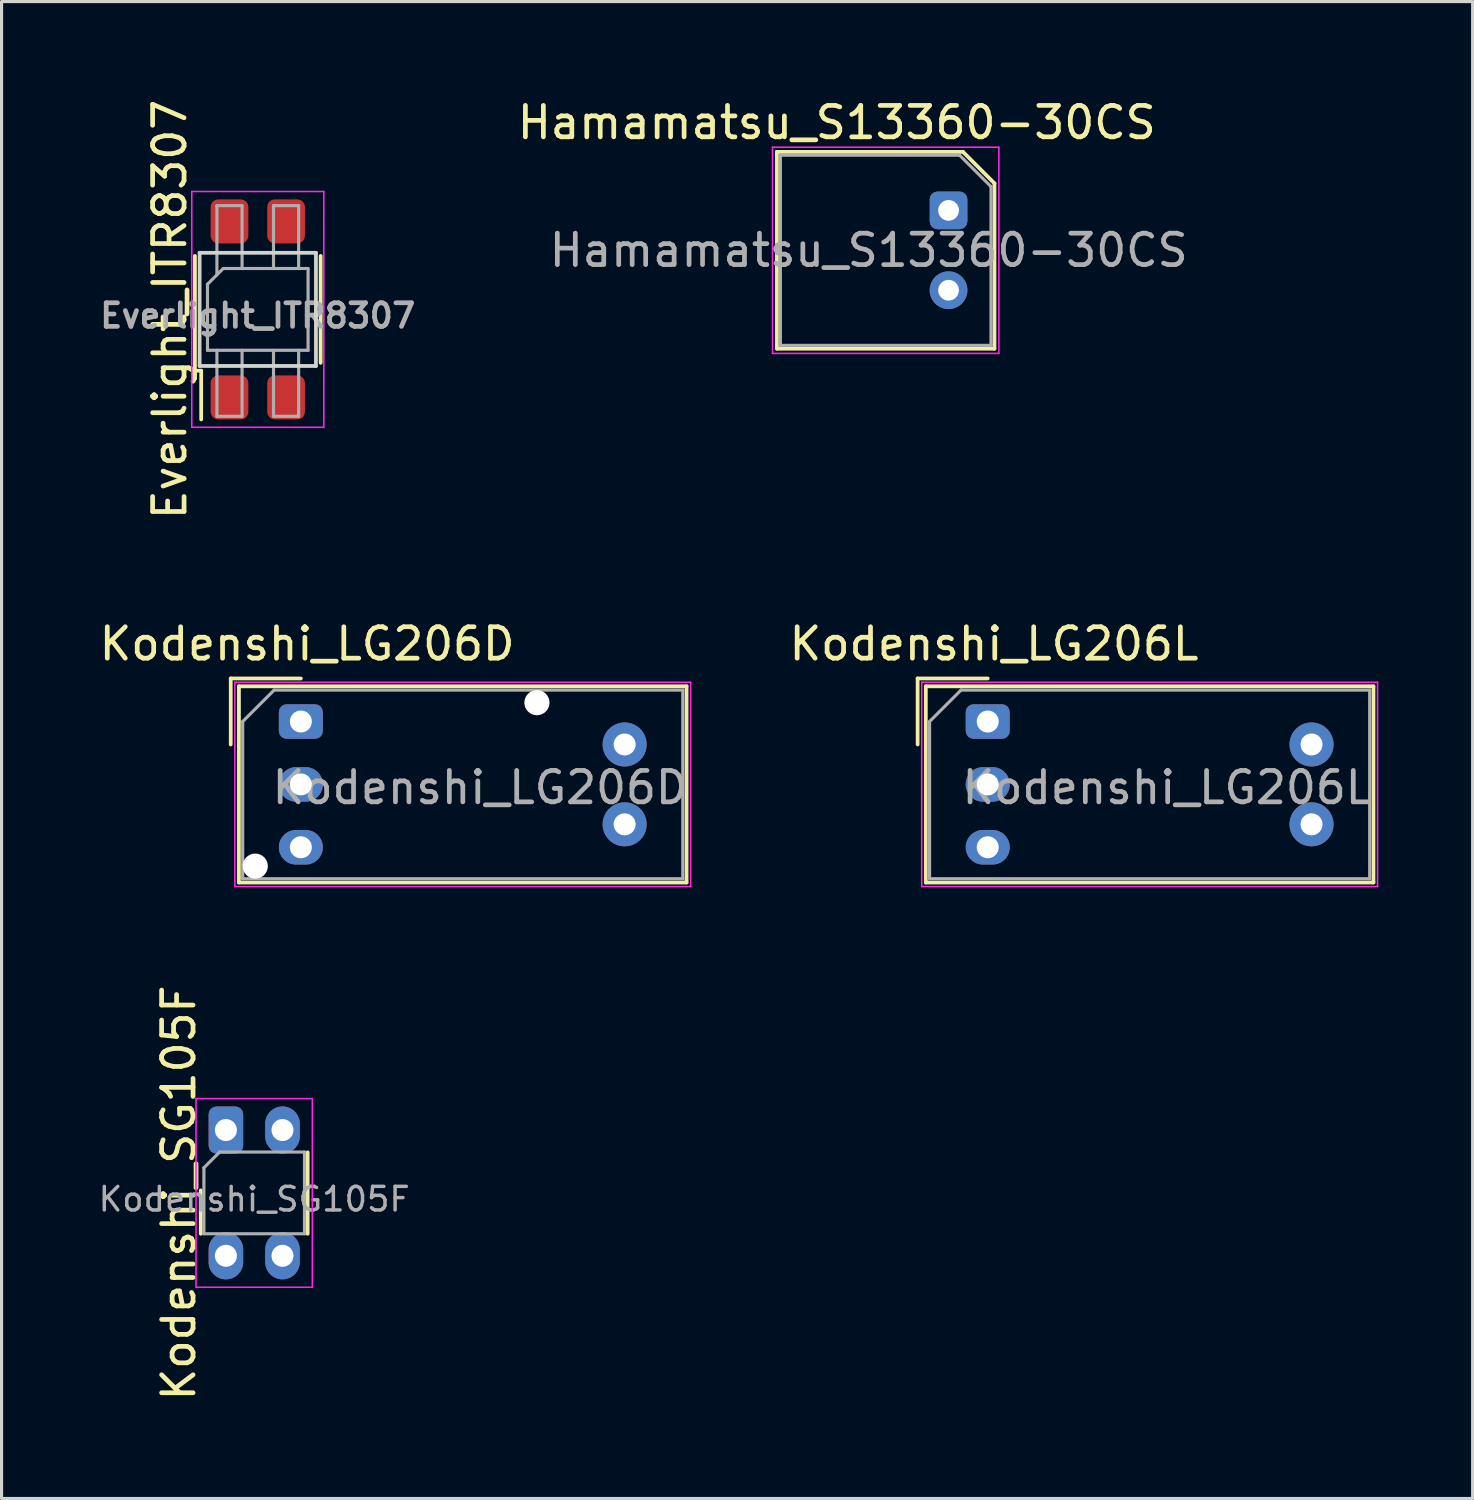
<source format=kicad_pcb>
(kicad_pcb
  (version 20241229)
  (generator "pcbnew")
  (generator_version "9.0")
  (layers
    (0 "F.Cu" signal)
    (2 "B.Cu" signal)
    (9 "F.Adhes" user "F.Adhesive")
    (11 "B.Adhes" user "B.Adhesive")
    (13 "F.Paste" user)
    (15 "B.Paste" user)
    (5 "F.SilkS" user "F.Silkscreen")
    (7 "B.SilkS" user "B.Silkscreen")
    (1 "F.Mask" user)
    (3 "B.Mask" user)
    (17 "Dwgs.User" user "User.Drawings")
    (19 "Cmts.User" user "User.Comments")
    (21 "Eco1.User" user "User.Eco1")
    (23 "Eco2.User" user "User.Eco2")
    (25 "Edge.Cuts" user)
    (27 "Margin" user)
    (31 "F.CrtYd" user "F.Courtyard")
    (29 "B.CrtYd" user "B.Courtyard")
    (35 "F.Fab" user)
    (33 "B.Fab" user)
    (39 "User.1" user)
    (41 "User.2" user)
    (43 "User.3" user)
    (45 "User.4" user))
  (footprint "Hamamatsu_S13360-30CS"
    (layer "F.Cu")
    (at 27.124 3.642)
    (property "Reference" "Hamamatsu_S13360-30CS" (at -3.556 -2.794 0) (layer "F.SilkS") (effects (font (size 1 1) (thickness 0.15))))
    (attr through_hole)
    (fp_line (start -5.46 -1.86) (end 0.46 -1.86) (stroke (width 0.12) (type solid)) (layer "F.SilkS"))
    (fp_line (start -5.46 4.4) (end -5.46 -1.86) (stroke (width 0.12) (type solid)) (layer "F.SilkS"))
    (fp_line (start 0.46 -1.86) (end 1.46 -0.86) (stroke (width 0.12) (type solid)) (layer "F.SilkS"))
    (fp_line (start 1.46 -0.86) (end 1.46 4.4) (stroke (width 0.12) (type solid)) (layer "F.SilkS"))
    (fp_line (start 1.46 4.4) (end -5.46 4.4) (stroke (width 0.12) (type solid)) (layer "F.SilkS"))
    (fp_line (start -5.6 -2.01) (end -5.6 4.55) (stroke (width 0.05) (type solid)) (layer "F.CrtYd"))
    (fp_line (start -5.6 -2.01) (end 1.6 -2.01) (stroke (width 0.05) (type solid)) (layer "F.CrtYd"))
    (fp_line (start 1.6 4.55) (end -5.6 4.55) (stroke (width 0.05) (type solid)) (layer "F.CrtYd"))
    (fp_line (start 1.6 4.55) (end 1.6 -2.01) (stroke (width 0.05) (type solid)) (layer "F.CrtYd"))
    (fp_line (start -5.35 -1.755) (end 0.35 -1.755) (stroke (width 0.1) (type solid)) (layer "F.Fab"))
    (fp_line (start -5.35 4.295) (end -5.35 -1.755) (stroke (width 0.1) (type solid)) (layer "F.Fab"))
    (fp_line (start 0.35 -1.755) (end 1.35 -0.755) (stroke (width 0.1) (type solid)) (layer "F.Fab"))
    (fp_line (start 1.35 -0.755) (end 1.35 4.295) (stroke (width 0.1) (type solid)) (layer "F.Fab"))
    (fp_line (start 1.35 4.295) (end -5.35 4.295) (stroke (width 0.1) (type solid)) (layer "F.Fab"))
    (fp_text user "${REFERENCE}" (at -2.54 1.27 0) (layer "F.Fab") (effects (font (size 1 1) (thickness 0.15))))
    (pad "1" thru_hole roundrect (at 0 0) (size 1.2 1.2) (drill 0.66) (layers "*.Cu" "*.Mask") (roundrect_rratio 0.208))
    (pad "2" thru_hole circle (at 0 2.54) (size 1.2 1.2) (drill 0.66) (layers "*.Cu" "*.Mask")))
  (footprint "Kodenshi_LG206D"
    (layer "F.Cu")
    (at 6.52 19.902)
    (property "Reference" "Kodenshi_LG206D" (at 0.2 -2.47 0) (layer "F.SilkS") (effects (font (size 1 1) (thickness 0.15))))
    (attr through_hole)
    (fp_line (start -2.23 -1.37) (end 0 -1.37) (stroke (width 0.12) (type solid)) (layer "F.SilkS"))
    (fp_line (start -2.23 0.73) (end -2.23 -1.37) (stroke (width 0.12) (type solid)) (layer "F.SilkS"))
    (fp_line (start -1.97 -1.12) (end 12.27 -1.12) (stroke (width 0.12) (type solid)) (layer "F.SilkS"))
    (fp_line (start -1.97 5.12) (end -1.97 -1.12) (stroke (width 0.12) (type solid)) (layer "F.SilkS"))
    (fp_line (start 12.27 -1.12) (end 12.27 5.12) (stroke (width 0.12) (type solid)) (layer "F.SilkS"))
    (fp_line (start 12.27 5.12) (end -1.97 5.12) (stroke (width 0.12) (type solid)) (layer "F.SilkS"))
    (fp_line (start -2.1 -1.25) (end 12.4 -1.25) (stroke (width 0.05) (type solid)) (layer "F.CrtYd"))
    (fp_line (start -2.1 5.25) (end -2.1 -1.25) (stroke (width 0.05) (type solid)) (layer "F.CrtYd"))
    (fp_line (start 12.4 -1.25) (end 12.4 5.25) (stroke (width 0.05) (type solid)) (layer "F.CrtYd"))
    (fp_line (start 12.4 5.25) (end -2.1 5.25) (stroke (width 0.05) (type solid)) (layer "F.CrtYd"))
    (fp_line (start -1.85 0) (end -0.85 -1) (stroke (width 0.1) (type solid)) (layer "F.Fab"))
    (fp_line (start -1.85 5) (end -1.85 0) (stroke (width 0.1) (type solid)) (layer "F.Fab"))
    (fp_line (start -1.85 5) (end 12.15 5) (stroke (width 0.1) (type solid)) (layer "F.Fab"))
    (fp_line (start -0.85 -1) (end 12.15 -1) (stroke (width 0.1) (type solid)) (layer "F.Fab"))
    (fp_line (start 12.15 -1) (end 12.15 5) (stroke (width 0.1) (type solid)) (layer "F.Fab"))
    (fp_text user "${REFERENCE}" (at 5.7 2.1 0) (layer "F.Fab") (effects (font (size 1 1) (thickness 0.15))))
    (pad "" np_thru_hole circle (at -1.45 4.6) (size 0.8 0.8) (drill 0.8) (layers "*.Cu" "*.Mask"))
    (pad "" np_thru_hole circle (at 7.51 -0.6) (size 0.8 0.8) (drill 0.8) (layers "*.Cu" "*.Mask"))
    (pad "1" thru_hole roundrect (at 0 0) (size 1.4 1.1) (drill 0.7) (layers "*.Cu" "*.Mask") (roundrect_rratio 0.227))
    (pad "2" thru_hole oval (at 0 2) (size 1.4 1.1) (drill 0.7) (layers "*.Cu" "*.Mask"))
    (pad "3" thru_hole oval (at 0 4) (size 1.4 1.1) (drill 0.7) (layers "*.Cu" "*.Mask"))
    (pad "4" thru_hole circle (at 10.3 3.27) (size 1.4 1.4) (drill 0.7) (layers "*.Cu" "*.Mask"))
    (pad "5" thru_hole circle (at 10.3 0.73) (size 1.4 1.4) (drill 0.7) (layers "*.Cu" "*.Mask")))
  (footprint "Kodenshi_SG105F"
    (layer "F.Cu")
    (at 4.136 32.897)
    (property "Reference" "Kodenshi_SG105F" (at -1.5 2 90) (layer "F.SilkS") (effects (font (size 1 1) (thickness 0.15))))
    (attr through_hole)
    (fp_line (start -0.8 1.92) (end -0.8 3.3) (stroke (width 0.12) (type solid)) (layer "F.SilkS"))
    (fp_line (start 2.6 3.3) (end 2.6 0.71) (stroke (width 0.12) (type solid)) (layer "F.SilkS"))
    (fp_line (start -0.95 -1) (end -0.95 5) (stroke (width 0.05) (type solid)) (layer "F.CrtYd"))
    (fp_line (start -0.95 -1) (end 2.75 -1) (stroke (width 0.05) (type solid)) (layer "F.CrtYd"))
    (fp_line (start 2.75 5) (end -0.95 5) (stroke (width 0.05) (type solid)) (layer "F.CrtYd"))
    (fp_line (start 2.75 5) (end 2.75 -1) (stroke (width 0.05) (type solid)) (layer "F.CrtYd"))
    (fp_line (start -0.7 1.2) (end -0.2 0.7) (stroke (width 0.1) (type solid)) (layer "F.Fab"))
    (fp_line (start -0.7 3.3) (end -0.7 1.2) (stroke (width 0.1) (type solid)) (layer "F.Fab"))
    (fp_line (start -0.2 0.7) (end 2.5 0.7) (stroke (width 0.1) (type solid)) (layer "F.Fab"))
    (fp_line (start 2.5 0.7) (end 2.5 3.3) (stroke (width 0.1) (type solid)) (layer "F.Fab"))
    (fp_line (start 2.5 3.3) (end -0.7 3.3) (stroke (width 0.1) (type solid)) (layer "F.Fab"))
    (fp_text user "${REFERENCE}" (at 0.9 2.2 0) (layer "F.Fab") (effects (font (size 0.75 0.75) (thickness 0.11))))
    (pad "1" thru_hole roundrect (at 0 0) (size 1.1 1.5) (drill 0.7) (layers "*.Cu" "*.Mask") (roundrect_rratio 0.227))
    (pad "2" thru_hole oval (at 0 4) (size 1.1 1.5) (drill 0.7) (layers "*.Cu" "*.Mask"))
    (pad "3" thru_hole oval (at 1.8 4) (size 1.1 1.5) (drill 0.7) (layers "*.Cu" "*.Mask"))
    (pad "4" thru_hole oval (at 1.8 0) (size 1.1 1.5) (drill 0.7) (layers "*.Cu" "*.Mask")))
  (footprint "Everlight_ITR8307"
    (layer "F.Cu")
    (at 5.15 6.792)
    (property "Reference" "Everlight_ITR8307" (at -2.8 0 90) (layer "F.SilkS") (effects (font (size 1 1) (thickness 0.15))))
    (attr smd)
    (fp_line (start -2 1.95) (end -2 -1.7) (stroke (width 0.12) (type solid)) (layer "F.SilkS"))
    (fp_line (start -2 1.95) (end -1.8 1.95) (stroke (width 0.12) (type solid)) (layer "F.SilkS"))
    (fp_line (start -1.8 3.5) (end -1.8 1.95) (stroke (width 0.12) (type solid)) (layer "F.SilkS"))
    (fp_line (start 2 1.7) (end 2 -1.7) (stroke (width 0.12) (type solid)) (layer "F.SilkS"))
    (fp_line (start -1.85 -1.8) (end 1.85 -1.8) (stroke (width 0.12) (type solid)) (layer "Edge.Cuts"))
    (fp_line (start -1.85 1.8) (end -1.85 -1.8) (stroke (width 0.12) (type solid)) (layer "Edge.Cuts"))
    (fp_line (start 1.85 -1.8) (end 1.85 1.8) (stroke (width 0.12) (type solid)) (layer "Edge.Cuts"))
    (fp_line (start 1.85 1.8) (end -1.85 1.8) (stroke (width 0.12) (type solid)) (layer "Edge.Cuts"))
    (fp_line (start -2.1 -3.75) (end -2.1 3.75) (stroke (width 0.05) (type solid)) (layer "F.CrtYd"))
    (fp_line (start -2.1 -3.75) (end 2.1 -3.75) (stroke (width 0.05) (type solid)) (layer "F.CrtYd"))
    (fp_line (start 2.1 3.75) (end -2.1 3.75) (stroke (width 0.05) (type solid)) (layer "F.CrtYd"))
    (fp_line (start 2.1 3.75) (end 2.1 -3.75) (stroke (width 0.05) (type solid)) (layer "F.CrtYd"))
    (fp_line (start -1.6 -0.8) (end -1.1 -1.3) (stroke (width 0.1) (type solid)) (layer "F.Fab"))
    (fp_line (start -1.6 1.3) (end -1.6 -0.8) (stroke (width 0.1) (type solid)) (layer "F.Fab"))
    (fp_line (start -1.3 -3.3) (end -1.3 -1.1) (stroke (width 0.1) (type solid)) (layer "F.Fab"))
    (fp_line (start -1.3 -3.3) (end -0.5 -3.3) (stroke (width 0.1) (type solid)) (layer "F.Fab"))
    (fp_line (start -1.3 3.4) (end -1.3 1.3) (stroke (width 0.1) (type solid)) (layer "F.Fab"))
    (fp_line (start -1.1 -1.3) (end 1.6 -1.3) (stroke (width 0.1) (type solid)) (layer "F.Fab"))
    (fp_line (start -0.5 -3.3) (end -0.5 -1.3) (stroke (width 0.1) (type solid)) (layer "F.Fab"))
    (fp_line (start -0.5 1.3) (end -0.5 3.4) (stroke (width 0.1) (type solid)) (layer "F.Fab"))
    (fp_line (start -0.5 3.4) (end -1.3 3.4) (stroke (width 0.1) (type solid)) (layer "F.Fab"))
    (fp_line (start 0.5 -3.3) (end 1.3 -3.3) (stroke (width 0.1) (type solid)) (layer "F.Fab"))
    (fp_line (start 0.5 -1.3) (end 0.5 -3.3) (stroke (width 0.1) (type solid)) (layer "F.Fab"))
    (fp_line (start 0.5 1.3) (end 0.5 3.4) (stroke (width 0.1) (type solid)) (layer "F.Fab"))
    (fp_line (start 0.5 3.4) (end 1.3 3.4) (stroke (width 0.1) (type solid)) (layer "F.Fab"))
    (fp_line (start 1.3 -3.3) (end 1.3 -1.3) (stroke (width 0.1) (type solid)) (layer "F.Fab"))
    (fp_line (start 1.3 3.4) (end 1.3 1.3) (stroke (width 0.1) (type solid)) (layer "F.Fab"))
    (fp_line (start 1.6 -1.3) (end 1.6 1.3) (stroke (width 0.1) (type solid)) (layer "F.Fab"))
    (fp_line (start 1.6 1.3) (end -1.6 1.3) (stroke (width 0.1) (type solid)) (layer "F.Fab"))
    (fp_text user "${REFERENCE}" (at 0 0.2 0) (layer "F.Fab") (effects (font (size 0.75 0.75) (thickness 0.15))))
    (pad "1" smd roundrect (at -0.9 2.8) (size 1.2 1.4) (layers "F.Cu" "F.Mask" "F.Paste") (roundrect_rratio 0.2))
    (pad "2" smd roundrect (at -0.9 -2.8) (size 1.2 1.4) (layers "F.Cu" "F.Mask" "F.Paste") (roundrect_rratio 0.2))
    (pad "3" smd roundrect (at 0.9 2.8) (size 1.2 1.4) (layers "F.Cu" "F.Mask" "F.Paste") (roundrect_rratio 0.2))
    (pad "4" smd roundrect (at 0.9 -2.8) (size 1.2 1.4) (layers "F.Cu" "F.Mask" "F.Paste") (roundrect_rratio 0.2)))
  (footprint "Kodenshi_LG206L"
    (layer "F.Cu")
    (at 28.37 19.902)
    (property "Reference" "Kodenshi_LG206L" (at 0.2 -2.47 0) (layer "F.SilkS") (effects (font (size 1 1) (thickness 0.15))))
    (attr through_hole)
    (fp_line (start -2.23 -1.37) (end 0 -1.37) (stroke (width 0.12) (type solid)) (layer "F.SilkS"))
    (fp_line (start -2.23 0.73) (end -2.23 -1.37) (stroke (width 0.12) (type solid)) (layer "F.SilkS"))
    (fp_line (start -1.97 -1.12) (end 12.27 -1.12) (stroke (width 0.12) (type solid)) (layer "F.SilkS"))
    (fp_line (start -1.97 5.12) (end -1.97 -1.12) (stroke (width 0.12) (type solid)) (layer "F.SilkS"))
    (fp_line (start 12.27 -1.12) (end 12.27 5.12) (stroke (width 0.12) (type solid)) (layer "F.SilkS"))
    (fp_line (start 12.27 5.12) (end -1.97 5.12) (stroke (width 0.12) (type solid)) (layer "F.SilkS"))
    (fp_line (start -2.1 -1.25) (end 12.4 -1.25) (stroke (width 0.05) (type solid)) (layer "F.CrtYd"))
    (fp_line (start -2.1 5.25) (end -2.1 -1.25) (stroke (width 0.05) (type solid)) (layer "F.CrtYd"))
    (fp_line (start 12.4 -1.25) (end 12.4 5.25) (stroke (width 0.05) (type solid)) (layer "F.CrtYd"))
    (fp_line (start 12.4 5.25) (end -2.1 5.25) (stroke (width 0.05) (type solid)) (layer "F.CrtYd"))
    (fp_line (start -1.85 0) (end -0.85 -1) (stroke (width 0.1) (type solid)) (layer "F.Fab"))
    (fp_line (start -1.85 5) (end -1.85 0) (stroke (width 0.1) (type solid)) (layer "F.Fab"))
    (fp_line (start -1.85 5) (end 12.15 5) (stroke (width 0.1) (type solid)) (layer "F.Fab"))
    (fp_line (start -0.85 -1) (end 12.15 -1) (stroke (width 0.1) (type solid)) (layer "F.Fab"))
    (fp_line (start 12.15 -1) (end 12.15 5) (stroke (width 0.1) (type solid)) (layer "F.Fab"))
    (fp_text user "${REFERENCE}" (at 5.7 2.1 0) (layer "F.Fab") (effects (font (size 1 1) (thickness 0.15))))
    (pad "1" thru_hole roundrect (at 0 0) (size 1.4 1.1) (drill 0.7) (layers "*.Cu" "*.Mask") (roundrect_rratio 0.227))
    (pad "2" thru_hole oval (at 0 2) (size 1.4 1.1) (drill 0.7) (layers "*.Cu" "*.Mask"))
    (pad "3" thru_hole oval (at 0 4) (size 1.4 1.1) (drill 0.7) (layers "*.Cu" "*.Mask"))
    (pad "4" thru_hole circle (at 10.3 3.27) (size 1.4 1.4) (drill 0.7) (layers "*.Cu" "*.Mask"))
    (pad "5" thru_hole circle (at 10.3 0.73) (size 1.4 1.4) (drill 0.7) (layers "*.Cu" "*.Mask")))
  (gr_rect
    (start -3 -3)
    (end 43.795 44.617)
    (stroke (width 0.1) (type default))
    (fill no)
    (layer "Edge.Cuts")))
</source>
